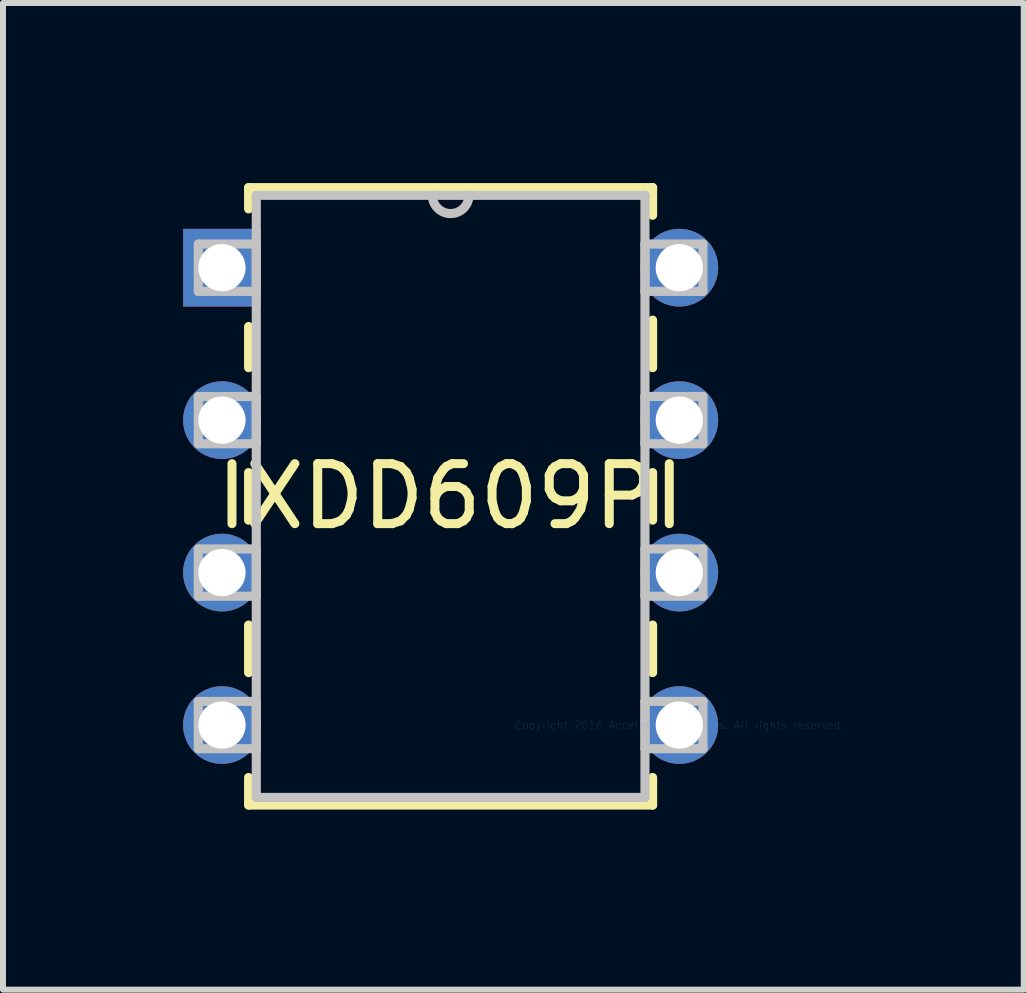
<source format=kicad_pcb>
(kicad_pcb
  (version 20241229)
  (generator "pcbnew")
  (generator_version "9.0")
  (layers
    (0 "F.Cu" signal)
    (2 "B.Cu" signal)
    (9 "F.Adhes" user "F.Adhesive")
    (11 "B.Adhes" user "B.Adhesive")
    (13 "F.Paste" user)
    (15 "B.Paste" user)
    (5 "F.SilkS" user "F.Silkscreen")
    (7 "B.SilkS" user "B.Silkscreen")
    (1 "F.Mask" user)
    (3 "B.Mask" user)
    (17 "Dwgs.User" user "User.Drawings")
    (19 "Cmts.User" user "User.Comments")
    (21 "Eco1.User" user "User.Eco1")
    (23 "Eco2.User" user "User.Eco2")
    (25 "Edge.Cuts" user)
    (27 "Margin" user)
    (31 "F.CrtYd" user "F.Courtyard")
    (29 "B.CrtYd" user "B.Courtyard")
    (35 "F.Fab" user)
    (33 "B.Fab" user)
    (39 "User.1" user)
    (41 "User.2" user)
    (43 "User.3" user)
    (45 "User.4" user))
  (footprint "IXDD609PI"
    (layer "F.Cu")
    (at 8.268 9.03)
    (property "Reference" "IXDD609PI" (at -3.81 -3.81 0) (layer "F.SilkS") (effects (font (size 1 1) (thickness 0.15))))
    (attr through_hole)
    (fp_line (start -7.176 -8.954) (end -7.176 -8.6) (stroke (width 0.152) (type solid)) (layer "F.SilkS"))
    (fp_line (start -7.176 -6.64) (end -7.176 -5.954) (stroke (width 0.152) (type solid)) (layer "F.SilkS"))
    (fp_line (start -7.176 -4.206) (end -7.176 -3.414) (stroke (width 0.152) (type solid)) (layer "F.SilkS"))
    (fp_line (start -7.176 -1.666) (end -7.176 -0.874) (stroke (width 0.152) (type solid)) (layer "F.SilkS"))
    (fp_line (start -7.176 0.874) (end -7.176 1.333) (stroke (width 0.152) (type solid)) (layer "F.SilkS"))
    (fp_line (start -7.176 1.333) (end -0.445 1.333) (stroke (width 0.152) (type solid)) (layer "F.SilkS"))
    (fp_line (start -0.445 -8.954) (end -7.176 -8.954) (stroke (width 0.152) (type solid)) (layer "F.SilkS"))
    (fp_line (start -0.445 -8.494) (end -0.445 -8.954) (stroke (width 0.152) (type solid)) (layer "F.SilkS"))
    (fp_line (start -0.445 -5.954) (end -0.445 -6.746) (stroke (width 0.152) (type solid)) (layer "F.SilkS"))
    (fp_line (start -0.445 -3.414) (end -0.445 -4.206) (stroke (width 0.152) (type solid)) (layer "F.SilkS"))
    (fp_line (start -0.445 -0.874) (end -0.445 -1.666) (stroke (width 0.152) (type solid)) (layer "F.SilkS"))
    (fp_line (start -0.445 1.333) (end -0.445 0.874) (stroke (width 0.152) (type solid)) (layer "F.SilkS"))
    (fp_line (start -8.014 -8.014) (end -8.014 -7.226) (stroke (width 0.152) (type solid)) (layer "Dwgs.User"))
    (fp_line (start -8.014 -7.226) (end -7.048 -7.226) (stroke (width 0.152) (type solid)) (layer "Dwgs.User"))
    (fp_line (start -8.014 -5.474) (end -8.014 -4.686) (stroke (width 0.152) (type solid)) (layer "Dwgs.User"))
    (fp_line (start -8.014 -4.686) (end -7.048 -4.686) (stroke (width 0.152) (type solid)) (layer "Dwgs.User"))
    (fp_line (start -8.014 -2.934) (end -8.014 -2.146) (stroke (width 0.152) (type solid)) (layer "Dwgs.User"))
    (fp_line (start -8.014 -2.146) (end -7.048 -2.146) (stroke (width 0.152) (type solid)) (layer "Dwgs.User"))
    (fp_line (start -8.014 -0.394) (end -8.014 0.394) (stroke (width 0.152) (type solid)) (layer "Dwgs.User"))
    (fp_line (start -8.014 0.394) (end -7.048 0.394) (stroke (width 0.152) (type solid)) (layer "Dwgs.User"))
    (fp_line (start -7.048 -8.826) (end -7.048 1.206) (stroke (width 0.152) (type solid)) (layer "Dwgs.User"))
    (fp_line (start -7.048 -8.014) (end -8.014 -8.014) (stroke (width 0.152) (type solid)) (layer "Dwgs.User"))
    (fp_line (start -7.048 -7.226) (end -7.048 -8.014) (stroke (width 0.152) (type solid)) (layer "Dwgs.User"))
    (fp_line (start -7.048 -5.474) (end -8.014 -5.474) (stroke (width 0.152) (type solid)) (layer "Dwgs.User"))
    (fp_line (start -7.048 -4.686) (end -7.048 -5.474) (stroke (width 0.152) (type solid)) (layer "Dwgs.User"))
    (fp_line (start -7.048 -2.934) (end -8.014 -2.934) (stroke (width 0.152) (type solid)) (layer "Dwgs.User"))
    (fp_line (start -7.048 -2.146) (end -7.048 -2.934) (stroke (width 0.152) (type solid)) (layer "Dwgs.User"))
    (fp_line (start -7.048 -0.394) (end -8.014 -0.394) (stroke (width 0.152) (type solid)) (layer "Dwgs.User"))
    (fp_line (start -7.048 0.394) (end -7.048 -0.394) (stroke (width 0.152) (type solid)) (layer "Dwgs.User"))
    (fp_line (start -7.048 1.206) (end -0.572 1.206) (stroke (width 0.152) (type solid)) (layer "Dwgs.User"))
    (fp_line (start -0.572 -8.826) (end -7.048 -8.826) (stroke (width 0.152) (type solid)) (layer "Dwgs.User"))
    (fp_line (start -0.572 -8.014) (end -0.572 -7.226) (stroke (width 0.152) (type solid)) (layer "Dwgs.User"))
    (fp_line (start -0.572 -7.226) (end 0.394 -7.226) (stroke (width 0.152) (type solid)) (layer "Dwgs.User"))
    (fp_line (start -0.572 -5.474) (end -0.572 -4.686) (stroke (width 0.152) (type solid)) (layer "Dwgs.User"))
    (fp_line (start -0.572 -4.686) (end 0.394 -4.686) (stroke (width 0.152) (type solid)) (layer "Dwgs.User"))
    (fp_line (start -0.572 -2.934) (end -0.572 -2.146) (stroke (width 0.152) (type solid)) (layer "Dwgs.User"))
    (fp_line (start -0.572 -2.146) (end 0.394 -2.146) (stroke (width 0.152) (type solid)) (layer "Dwgs.User"))
    (fp_line (start -0.572 -0.394) (end -0.572 0.394) (stroke (width 0.152) (type solid)) (layer "Dwgs.User"))
    (fp_line (start -0.572 0.394) (end 0.394 0.394) (stroke (width 0.152) (type solid)) (layer "Dwgs.User"))
    (fp_line (start -0.572 1.206) (end -0.572 -8.826) (stroke (width 0.152) (type solid)) (layer "Dwgs.User"))
    (fp_line (start 0.394 -8.014) (end -0.572 -8.014) (stroke (width 0.152) (type solid)) (layer "Dwgs.User"))
    (fp_line (start 0.394 -7.226) (end 0.394 -8.014) (stroke (width 0.152) (type solid)) (layer "Dwgs.User"))
    (fp_line (start 0.394 -5.474) (end -0.572 -5.474) (stroke (width 0.152) (type solid)) (layer "Dwgs.User"))
    (fp_line (start 0.394 -4.686) (end 0.394 -5.474) (stroke (width 0.152) (type solid)) (layer "Dwgs.User"))
    (fp_line (start 0.394 -2.934) (end -0.572 -2.934) (stroke (width 0.152) (type solid)) (layer "Dwgs.User"))
    (fp_line (start 0.394 -2.146) (end 0.394 -2.934) (stroke (width 0.152) (type solid)) (layer "Dwgs.User"))
    (fp_line (start 0.394 -0.394) (end -0.572 -0.394) (stroke (width 0.152) (type solid)) (layer "Dwgs.User"))
    (fp_line (start 0.394 0.394) (end 0.394 -0.394) (stroke (width 0.152) (type solid)) (layer "Dwgs.User"))
    (fp_arc (start -3.5052 -8.8265) (mid -3.81 -8.5217) (end -4.1148 -8.8265) (stroke (width 0.1524) (type solid)) (layer "Dwgs.User"))
    (fp_text user "Copyright 2016 Accelerated Designs. All rights reserved." (at 0 0 0) (layer "Cmts.User") (effects (font (size 0.127 0.127) (thickness 0.002))))
    (pad "1" thru_hole rect (at -7.62 -7.62) (size 1.295 1.295) (drill 0.787) (layers "*.Cu" "*.Mask"))
    (pad "2" thru_hole circle (at -7.62 -5.08) (size 1.295 1.295) (drill 0.787) (layers "*.Cu" "*.Mask"))
    (pad "3" thru_hole circle (at -7.62 -2.54) (size 1.295 1.295) (drill 0.787) (layers "*.Cu" "*.Mask"))
    (pad "4" thru_hole circle (at -7.62 0) (size 1.295 1.295) (drill 0.787) (layers "*.Cu" "*.Mask"))
    (pad "5" thru_hole circle (at 0 0) (size 1.295 1.295) (drill 0.787) (layers "*.Cu" "*.Mask"))
    (pad "6" thru_hole circle (at 0 -2.54) (size 1.295 1.295) (drill 0.787) (layers "*.Cu" "*.Mask"))
    (pad "7" thru_hole circle (at 0 -5.08) (size 1.295 1.295) (drill 0.787) (layers "*.Cu" "*.Mask"))
    (pad "8" thru_hole circle (at 0 -7.62) (size 1.295 1.295) (drill 0.787) (layers "*.Cu" "*.Mask")))
  (gr_rect
    (start -3 -3)
    (end 14.007 13.439)
    (stroke (width 0.1) (type default))
    (fill no)
    (layer "Edge.Cuts")))
</source>
